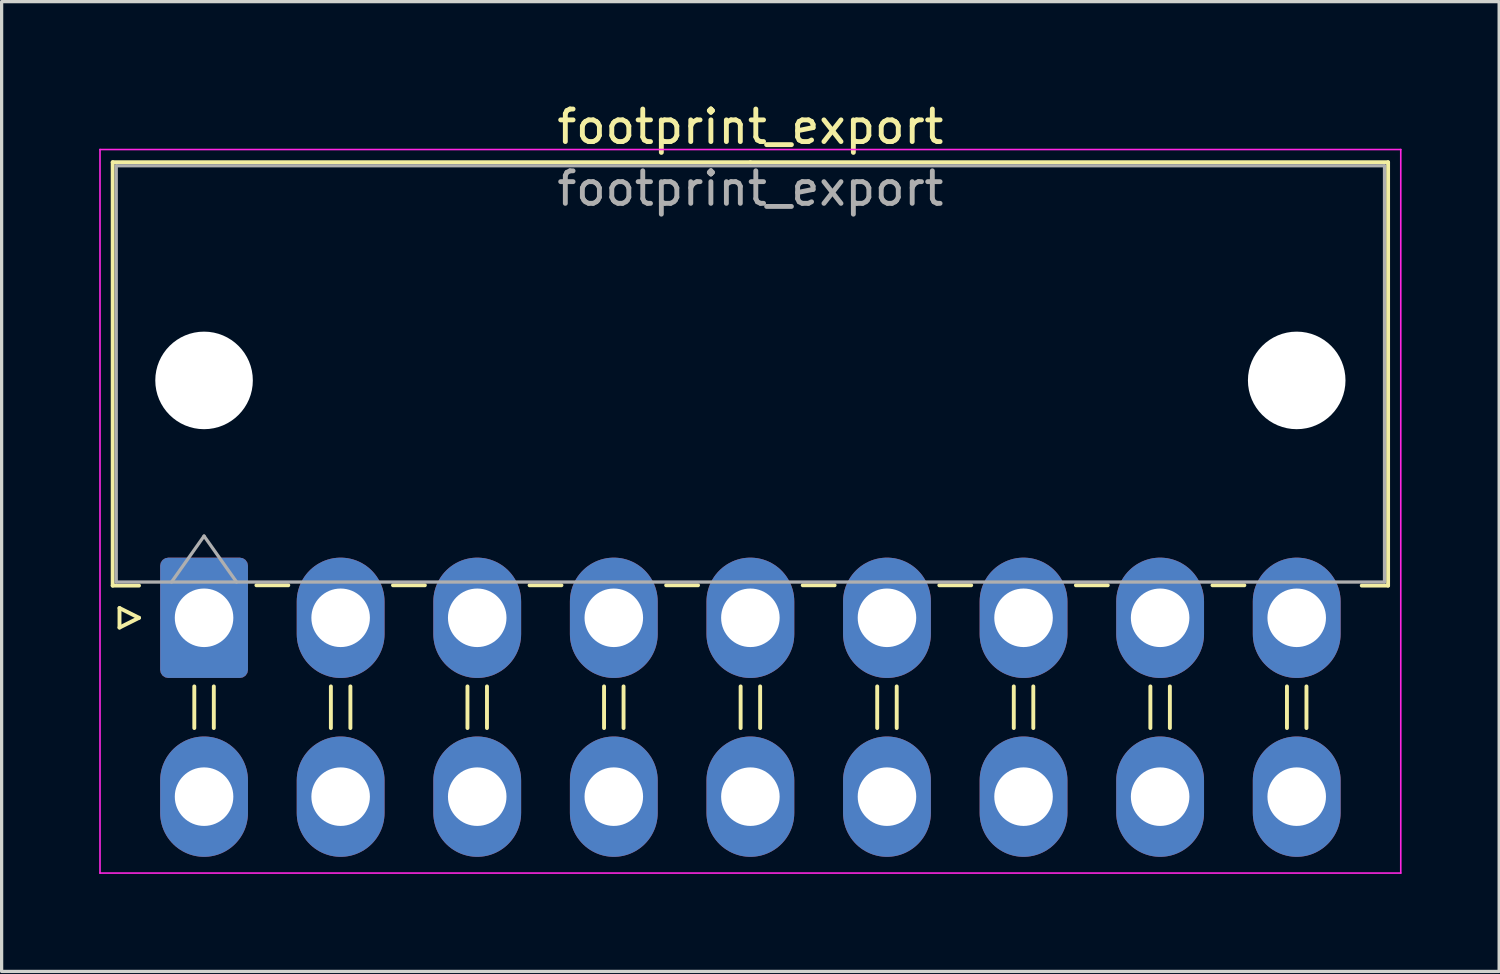
<source format=kicad_pcb>
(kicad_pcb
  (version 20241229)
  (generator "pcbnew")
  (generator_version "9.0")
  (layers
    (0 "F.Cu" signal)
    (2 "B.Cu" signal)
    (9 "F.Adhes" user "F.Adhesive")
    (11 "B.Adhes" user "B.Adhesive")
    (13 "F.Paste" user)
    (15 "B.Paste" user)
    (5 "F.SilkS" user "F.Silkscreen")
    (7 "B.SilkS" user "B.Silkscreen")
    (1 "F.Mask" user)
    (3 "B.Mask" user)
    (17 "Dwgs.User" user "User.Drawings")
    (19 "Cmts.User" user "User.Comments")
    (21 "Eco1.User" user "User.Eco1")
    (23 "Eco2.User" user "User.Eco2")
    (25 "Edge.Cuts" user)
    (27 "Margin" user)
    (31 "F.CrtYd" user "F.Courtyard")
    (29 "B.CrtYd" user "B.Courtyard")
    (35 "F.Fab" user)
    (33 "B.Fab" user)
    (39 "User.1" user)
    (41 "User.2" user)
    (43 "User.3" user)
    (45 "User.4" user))
  (footprint "footprint_export"
    (layer "F.Cu")
    (at 3.225 15.948)
    (property "Reference" "footprint_export" (at 16.8 -15.1 0) (layer "F.SilkS") (effects (font (size 1 1) (thickness 0.15))))
    (attr through_hole)
    (fp_line (start -2.81 -14.01) (end 16.8 -14.01) (stroke (width 0.12) (type solid)) (layer "F.SilkS"))
    (fp_line (start -2.81 -0.99) (end -2.81 -14.01) (stroke (width 0.12) (type solid)) (layer "F.SilkS"))
    (fp_line (start -2.6 -0.3) (end -2 0) (stroke (width 0.12) (type solid)) (layer "F.SilkS"))
    (fp_line (start -2.6 0.3) (end -2.6 -0.3) (stroke (width 0.12) (type solid)) (layer "F.SilkS"))
    (fp_line (start -2 -0.99) (end -2.81 -0.99) (stroke (width 0.12) (type solid)) (layer "F.SilkS"))
    (fp_line (start -2 0) (end -2.6 0.3) (stroke (width 0.12) (type solid)) (layer "F.SilkS"))
    (fp_line (start -0.3 2.11) (end -0.3 3.39) (stroke (width 0.12) (type solid)) (layer "F.SilkS"))
    (fp_line (start 0.3 2.11) (end 0.3 3.39) (stroke (width 0.12) (type solid)) (layer "F.SilkS"))
    (fp_line (start 1.61 -1) (end 2.59 -1) (stroke (width 0.12) (type solid)) (layer "F.SilkS"))
    (fp_line (start 3.9 2.11) (end 3.9 3.39) (stroke (width 0.12) (type solid)) (layer "F.SilkS"))
    (fp_line (start 4.5 2.11) (end 4.5 3.39) (stroke (width 0.12) (type solid)) (layer "F.SilkS"))
    (fp_line (start 5.81 -1) (end 6.79 -1) (stroke (width 0.12) (type solid)) (layer "F.SilkS"))
    (fp_line (start 8.1 2.11) (end 8.1 3.39) (stroke (width 0.12) (type solid)) (layer "F.SilkS"))
    (fp_line (start 8.7 2.11) (end 8.7 3.39) (stroke (width 0.12) (type solid)) (layer "F.SilkS"))
    (fp_line (start 10.01 -1) (end 10.99 -1) (stroke (width 0.12) (type solid)) (layer "F.SilkS"))
    (fp_line (start 12.3 2.11) (end 12.3 3.39) (stroke (width 0.12) (type solid)) (layer "F.SilkS"))
    (fp_line (start 12.9 2.11) (end 12.9 3.39) (stroke (width 0.12) (type solid)) (layer "F.SilkS"))
    (fp_line (start 14.21 -1) (end 15.19 -1) (stroke (width 0.12) (type solid)) (layer "F.SilkS"))
    (fp_line (start 16.5 2.11) (end 16.5 3.39) (stroke (width 0.12) (type solid)) (layer "F.SilkS"))
    (fp_line (start 17.1 2.11) (end 17.1 3.39) (stroke (width 0.12) (type solid)) (layer "F.SilkS"))
    (fp_line (start 18.41 -1) (end 19.39 -1) (stroke (width 0.12) (type solid)) (layer "F.SilkS"))
    (fp_line (start 20.7 2.11) (end 20.7 3.39) (stroke (width 0.12) (type solid)) (layer "F.SilkS"))
    (fp_line (start 21.3 2.11) (end 21.3 3.39) (stroke (width 0.12) (type solid)) (layer "F.SilkS"))
    (fp_line (start 22.61 -1) (end 23.59 -1) (stroke (width 0.12) (type solid)) (layer "F.SilkS"))
    (fp_line (start 24.9 2.11) (end 24.9 3.39) (stroke (width 0.12) (type solid)) (layer "F.SilkS"))
    (fp_line (start 25.5 2.11) (end 25.5 3.39) (stroke (width 0.12) (type solid)) (layer "F.SilkS"))
    (fp_line (start 26.81 -1) (end 27.79 -1) (stroke (width 0.12) (type solid)) (layer "F.SilkS"))
    (fp_line (start 29.1 2.11) (end 29.1 3.39) (stroke (width 0.12) (type solid)) (layer "F.SilkS"))
    (fp_line (start 29.7 2.11) (end 29.7 3.39) (stroke (width 0.12) (type solid)) (layer "F.SilkS"))
    (fp_line (start 31.01 -1) (end 31.99 -1) (stroke (width 0.12) (type solid)) (layer "F.SilkS"))
    (fp_line (start 33.3 2.11) (end 33.3 3.39) (stroke (width 0.12) (type solid)) (layer "F.SilkS"))
    (fp_line (start 33.9 2.11) (end 33.9 3.39) (stroke (width 0.12) (type solid)) (layer "F.SilkS"))
    (fp_line (start 35.6 -0.99) (end 36.41 -0.99) (stroke (width 0.12) (type solid)) (layer "F.SilkS"))
    (fp_line (start 36.41 -14.01) (end 16.8 -14.01) (stroke (width 0.12) (type solid)) (layer "F.SilkS"))
    (fp_line (start 36.41 -0.99) (end 36.41 -14.01) (stroke (width 0.12) (type solid)) (layer "F.SilkS"))
    (fp_line (start -3.2 -14.4) (end -3.2 7.85) (stroke (width 0.05) (type solid)) (layer "F.CrtYd"))
    (fp_line (start -3.2 7.85) (end 36.8 7.85) (stroke (width 0.05) (type solid)) (layer "F.CrtYd"))
    (fp_line (start 36.8 -14.4) (end -3.2 -14.4) (stroke (width 0.05) (type solid)) (layer "F.CrtYd"))
    (fp_line (start 36.8 7.85) (end 36.8 -14.4) (stroke (width 0.05) (type solid)) (layer "F.CrtYd"))
    (fp_line (start -2.7 -13.9) (end -2.7 -1.1) (stroke (width 0.1) (type solid)) (layer "F.Fab"))
    (fp_line (start -2.7 -1.1) (end 36.3 -1.1) (stroke (width 0.1) (type solid)) (layer "F.Fab"))
    (fp_line (start -1 -1.1) (end 0 -2.514) (stroke (width 0.1) (type solid)) (layer "F.Fab"))
    (fp_line (start 0 -2.514) (end 1 -1.1) (stroke (width 0.1) (type solid)) (layer "F.Fab"))
    (fp_line (start 36.3 -13.9) (end -2.7 -13.9) (stroke (width 0.1) (type solid)) (layer "F.Fab"))
    (fp_line (start 36.3 -1.1) (end 36.3 -13.9) (stroke (width 0.1) (type solid)) (layer "F.Fab"))
    (fp_text user "${REFERENCE}" (at 16.8 -13.2 0) (layer "F.Fab") (effects (font (size 1 1) (thickness 0.15))))
    (pad "" np_thru_hole circle (at 0 -7.3) (size 3 3) (drill 3) (layers "*.Cu" "*.Mask"))
    (pad "" np_thru_hole circle (at 33.6 -7.3) (size 3 3) (drill 3) (layers "*.Cu" "*.Mask"))
    (pad "1" thru_hole roundrect (at 0 0) (size 2.7 3.7) (drill 1.8) (layers "*.Cu" "*.Mask") (roundrect_rratio 0.093))
    (pad "2" thru_hole oval (at 4.2 0) (size 2.7 3.7) (drill 1.8) (layers "*.Cu" "*.Mask"))
    (pad "3" thru_hole oval (at 8.4 0) (size 2.7 3.7) (drill 1.8) (layers "*.Cu" "*.Mask"))
    (pad "4" thru_hole oval (at 12.6 0) (size 2.7 3.7) (drill 1.8) (layers "*.Cu" "*.Mask"))
    (pad "5" thru_hole oval (at 16.8 0) (size 2.7 3.7) (drill 1.8) (layers "*.Cu" "*.Mask"))
    (pad "6" thru_hole oval (at 21 0) (size 2.7 3.7) (drill 1.8) (layers "*.Cu" "*.Mask"))
    (pad "7" thru_hole oval (at 25.2 0) (size 2.7 3.7) (drill 1.8) (layers "*.Cu" "*.Mask"))
    (pad "8" thru_hole oval (at 29.4 0) (size 2.7 3.7) (drill 1.8) (layers "*.Cu" "*.Mask"))
    (pad "9" thru_hole oval (at 33.6 0) (size 2.7 3.7) (drill 1.8) (layers "*.Cu" "*.Mask"))
    (pad "10" thru_hole oval (at 0 5.5) (size 2.7 3.7) (drill 1.8) (layers "*.Cu" "*.Mask"))
    (pad "11" thru_hole oval (at 4.2 5.5) (size 2.7 3.7) (drill 1.8) (layers "*.Cu" "*.Mask"))
    (pad "12" thru_hole oval (at 8.4 5.5) (size 2.7 3.7) (drill 1.8) (layers "*.Cu" "*.Mask"))
    (pad "13" thru_hole oval (at 12.6 5.5) (size 2.7 3.7) (drill 1.8) (layers "*.Cu" "*.Mask"))
    (pad "14" thru_hole oval (at 16.8 5.5) (size 2.7 3.7) (drill 1.8) (layers "*.Cu" "*.Mask"))
    (pad "15" thru_hole oval (at 21 5.5) (size 2.7 3.7) (drill 1.8) (layers "*.Cu" "*.Mask"))
    (pad "16" thru_hole oval (at 25.2 5.5) (size 2.7 3.7) (drill 1.8) (layers "*.Cu" "*.Mask"))
    (pad "17" thru_hole oval (at 29.4 5.5) (size 2.7 3.7) (drill 1.8) (layers "*.Cu" "*.Mask"))
    (pad "18" thru_hole oval (at 33.6 5.5) (size 2.7 3.7) (drill 1.8) (layers "*.Cu" "*.Mask")))
  (gr_rect
    (start -3 -3)
    (end 43.05 26.823)
    (stroke (width 0.1) (type default))
    (fill no)
    (layer "Edge.Cuts")))
</source>
